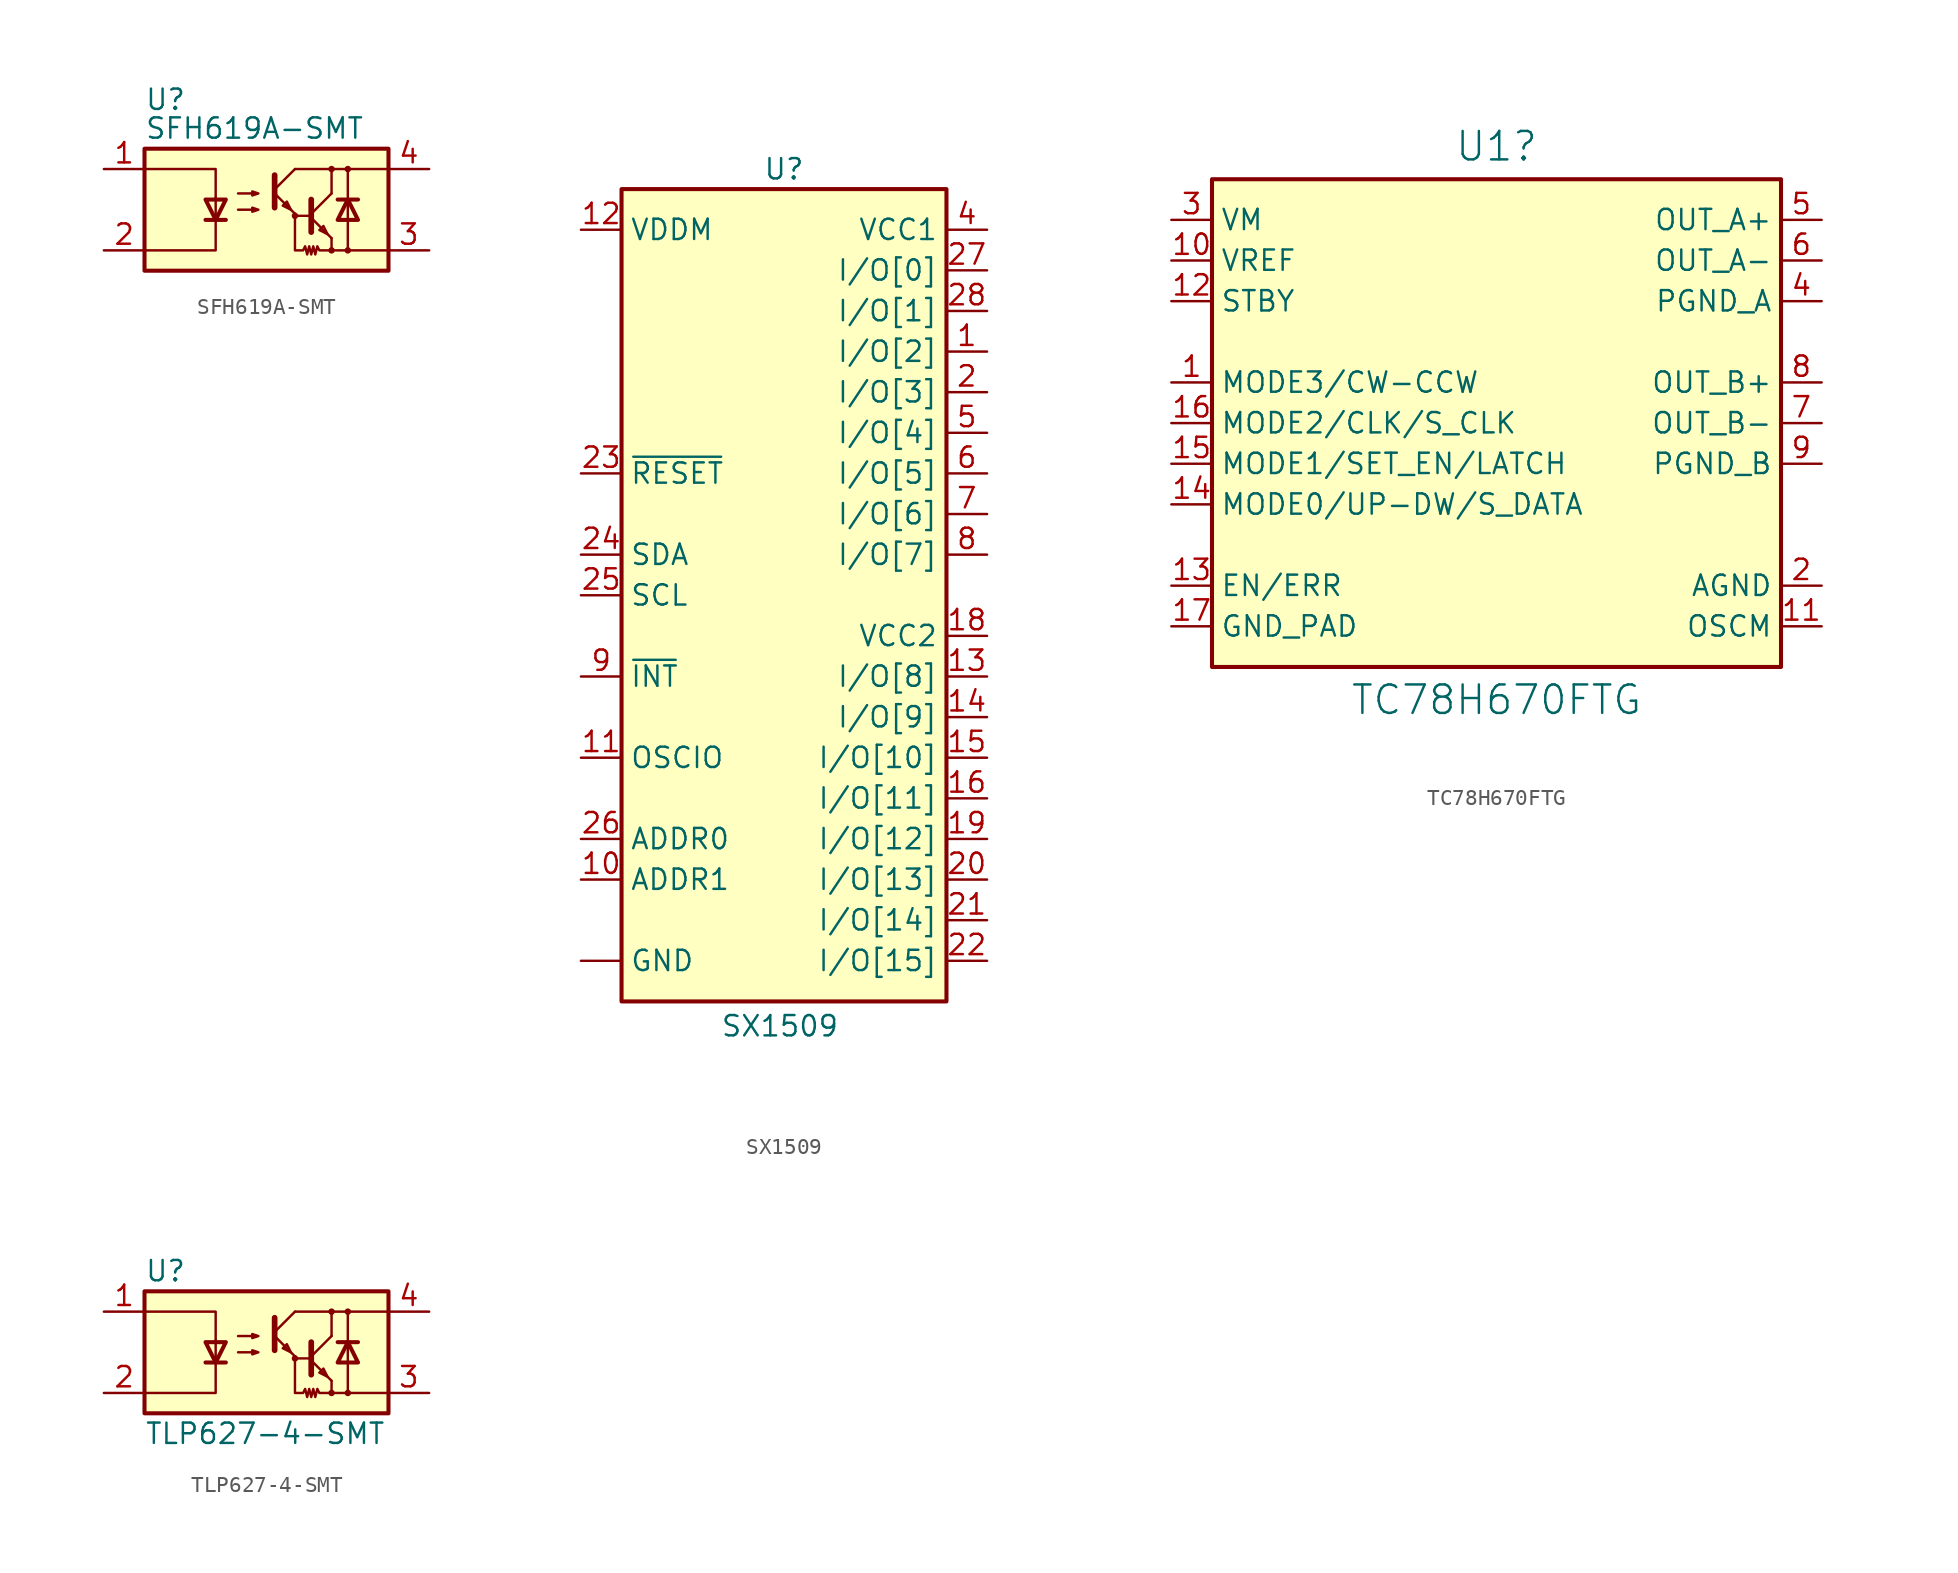
<source format=kicad_sym>
(kicad_symbol_lib
  (version 20231120)
  (generator "kicad_symbol_editor")
  (generator_version "8.0")
  (symbol "SFH619A-SMT"
    (pin_names
      (offset 1.016))
    (property "Reference" "U"
      (at -7.62 7.62 0)
      (effects (font (size 1.27 1.27)) (justify left top)))
    (property "Value" "SFH619A-SMT"
      (at -7.62 5.08 0)
      (effects (font (size 1.27 1.27)) (justify left)))
    (symbol "SFH619A-SMT_0_1"
      (rectangle (start -7.62 3.81) (end 7.62 -3.81) (stroke (width 0.254) (type default)) (fill (type background)))
      (polyline (pts (xy -3.81 -0.635) (xy -2.54 -0.635)) (stroke (width 0.254) (type default)) (fill (type none)))
      (polyline (pts (xy 0.508 1.016) (xy 1.778 -0.254)) (stroke (width 0) (type default)) (fill (type none)))
      (polyline (pts (xy 0.508 1.27) (xy 1.778 2.54)) (stroke (width 0) (type default)) (fill (type none)))
      (polyline (pts (xy 0.508 2.159) (xy 0.508 0.127)) (stroke (width 0.356) (type default)) (fill (type none)))
      (polyline (pts (xy 1.778 2.54) (xy 7.62 2.54)) (stroke (width 0) (type default)) (fill (type none)))
      (polyline (pts (xy 2.794 -0.508) (xy 4.064 -1.778)) (stroke (width 0) (type default)) (fill (type none)))
      (polyline (pts (xy 2.794 -0.381) (xy 1.778 -0.381)) (stroke (width 0) (type default)) (fill (type none)))
      (polyline (pts (xy 2.794 -0.254) (xy 4.064 1.016)) (stroke (width 0) (type default)) (fill (type none)))
      (polyline (pts (xy 4.064 -2.54) (xy 7.62 -2.54)) (stroke (width 0) (type default)) (fill (type none)))
      (polyline (pts (xy 4.064 -1.778) (xy 4.064 -2.54)) (stroke (width 0) (type default)) (fill (type none)))
      (polyline (pts (xy 4.064 1.016) (xy 4.064 2.54)) (stroke (width 0) (type default)) (fill (type none)))
      (polyline (pts (xy 4.445 0.635) (xy 5.715 0.635)) (stroke (width 0.254) (type default)) (fill (type none)))
      (polyline (pts (xy 5.08 -0.635) (xy 5.08 -2.54)) (stroke (width 0) (type default)) (fill (type none)))
      (polyline (pts (xy 5.08 -0.635) (xy 5.08 2.54)) (stroke (width 0) (type default)) (fill (type none)))
      (polyline (pts (xy -7.62 2.54) (xy -3.175 2.54) (xy -3.175 0.635)) (stroke (width 0) (type default)) (fill (type none)))
      (polyline (pts (xy -3.175 0.762) (xy -3.175 -2.54) (xy -7.62 -2.54)) (stroke (width 0) (type default)) (fill (type none)))
      (polyline (pts (xy 2.794 0.635) (xy 2.794 -1.397) (xy 2.794 -1.397)) (stroke (width 0.356) (type default)) (fill (type none)))
      (polyline (pts (xy -3.175 -0.635) (xy -3.81 0.635) (xy -2.54 0.635) (xy -3.175 -0.635)) (stroke (width 0.254) (type default)) (fill (type none)))
      (polyline (pts (xy 1.524 0) (xy 1.27 0.508) (xy 1.016 0.254) (xy 1.524 0)) (stroke (width 0) (type default)) (fill (type none)))
      (polyline (pts (xy 3.81 -1.524) (xy 3.556 -1.016) (xy 3.302 -1.27) (xy 3.81 -1.524)) (stroke (width 0) (type default)) (fill (type none)))
      (polyline (pts (xy 5.08 0.635) (xy 4.445 -0.635) (xy 5.715 -0.635) (xy 5.08 0.635)) (stroke (width 0.254) (type default)) (fill (type none)))
      (polyline (pts (xy -1.778 0) (xy -0.508 0) (xy -0.889 -0.127) (xy -0.889 0.127) (xy -0.508 0)) (stroke (width 0) (type default)) (fill (type none)))
      (polyline (pts (xy -1.778 1.016) (xy -0.508 1.016) (xy -0.889 0.889) (xy -0.889 1.143) (xy -0.508 1.016)) (stroke (width 0) (type default)) (fill (type none)))
      (polyline (pts (xy 1.778 -0.254) (xy 1.778 -2.54) (xy 2.286 -2.54) (xy 2.413 -2.286) (xy 2.54 -2.794) (xy 2.667 -2.286) (xy 2.794 -2.794) (xy 2.921 -2.286) (xy 3.048 -2.794) (xy 3.175 -2.286) (xy 3.302 -2.54) (xy 4.064 -2.54)) (stroke (width 0) (type default)) (fill (type none)))
      (circle (center 1.778 -0.381) (radius 0.127) (stroke (width 0) (type default)) (fill (type none)))
      (circle (center 4.064 -2.54) (radius 0.127) (stroke (width 0) (type default)) (fill (type none)))
      (circle (center 4.064 2.54) (radius 0.127) (stroke (width 0) (type default)) (fill (type none)))
      (circle (center 5.08 -2.54) (radius 0.127) (stroke (width 0) (type default)) (fill (type none)))
      (circle (center 5.08 2.54) (radius 0.127) (stroke (width 0) (type default)) (fill (type none))))
    (symbol "SFH619A-SMT_1_1"
      (pin passive line (at -10.16 2.54 0) (length 2.54) (name "~" (effects (font (size 1.27 1.27)))) (number "1" (effects (font (size 1.27 1.27)))))
      (pin passive line (at -10.16 -2.54 0) (length 2.54) (name "~" (effects (font (size 1.27 1.27)))) (number "2" (effects (font (size 1.27 1.27)))))
      (pin passive line (at 10.16 -2.54 180) (length 2.54) (name "~" (effects (font (size 1.27 1.27)))) (number "3" (effects (font (size 1.27 1.27)))))
      (pin passive line (at 10.16 2.54 180) (length 2.54) (name "~" (effects (font (size 1.27 1.27)))) (number "4" (effects (font (size 1.27 1.27)))))))
  (symbol "SX1509"
    (property "Reference" "U"
      (at 0 25.908 0)
      (effects (font (size 1.27 1.27)) (justify bottom)))
    (property "Value" "SX1509"
      (at -0.254 -27.686 0)
      (effects (font (size 1.27 1.27)) (justify bottom)))
    (symbol "SX1509_1_0"
      (pin bidirectional line (at 12.7 15.24 180) (length 2.54) (name "I/O[2]" (effects (font (size 1.27 1.27)))) (number "1" (effects (font (size 1.27 1.27)))))
      (pin input line (at -12.7 -17.78 0) (length 2.54) (name "ADDR1" (effects (font (size 1.27 1.27)))) (number "10" (effects (font (size 1.27 1.27)))))
      (pin bidirectional line (at -12.7 -10.16 0) (length 2.54) (name "OSCIO" (effects (font (size 1.27 1.27)))) (number "11" (effects (font (size 1.27 1.27)))))
      (pin power_in line (at -12.7 22.86 0) (length 2.54) (name "VDDM" (effects (font (size 1.27 1.27)))) (number "12" (effects (font (size 1.27 1.27)))))
      (pin bidirectional line (at 12.7 -5.08 180) (length 2.54) (name "I/O[8]" (effects (font (size 1.27 1.27)))) (number "13" (effects (font (size 1.27 1.27)))))
      (pin bidirectional line (at 12.7 -7.62 180) (length 2.54) (name "I/O[9]" (effects (font (size 1.27 1.27)))) (number "14" (effects (font (size 1.27 1.27)))))
      (pin bidirectional line (at 12.7 -10.16 180) (length 2.54) (name "I/O[10]" (effects (font (size 1.27 1.27)))) (number "15" (effects (font (size 1.27 1.27)))))
      (pin bidirectional line (at 12.7 -12.7 180) (length 2.54) (name "I/O[11]" (effects (font (size 1.27 1.27)))) (number "16" (effects (font (size 1.27 1.27)))))
      (pin power_in line (at -12.7 -22.86 0) (length 2.54) (name "GND" (effects (font (size 1.27 1.27)))) (number "17" (effects (font (size 0 0)))))
      (pin power_in line (at 12.7 -2.54 180) (length 2.54) (name "VCC2" (effects (font (size 1.27 1.27)))) (number "18" (effects (font (size 1.27 1.27)))))
      (pin bidirectional line (at 12.7 -15.24 180) (length 2.54) (name "I/O[12]" (effects (font (size 1.27 1.27)))) (number "19" (effects (font (size 1.27 1.27)))))
      (pin bidirectional line (at 12.7 12.7 180) (length 2.54) (name "I/O[3]" (effects (font (size 1.27 1.27)))) (number "2" (effects (font (size 1.27 1.27)))))
      (pin bidirectional line (at 12.7 -17.78 180) (length 2.54) (name "I/O[13]" (effects (font (size 1.27 1.27)))) (number "20" (effects (font (size 1.27 1.27)))))
      (pin bidirectional line (at 12.7 -20.32 180) (length 2.54) (name "I/O[14]" (effects (font (size 1.27 1.27)))) (number "21" (effects (font (size 1.27 1.27)))))
      (pin bidirectional line (at 12.7 -22.86 180) (length 2.54) (name "I/O[15]" (effects (font (size 1.27 1.27)))) (number "22" (effects (font (size 1.27 1.27)))))
      (pin input line (at -12.7 7.62 0) (length 2.54) (name "~{RESET}" (effects (font (size 1.27 1.27)))) (number "23" (effects (font (size 1.27 1.27)))))
      (pin bidirectional line (at -12.7 2.54 0) (length 2.54) (name "SDA" (effects (font (size 1.27 1.27)))) (number "24" (effects (font (size 1.27 1.27)))))
      (pin bidirectional line (at -12.7 0 0) (length 2.54) (name "SCL" (effects (font (size 1.27 1.27)))) (number "25" (effects (font (size 1.27 1.27)))))
      (pin input line (at -12.7 -15.24 0) (length 2.54) (name "ADDR0" (effects (font (size 1.27 1.27)))) (number "26" (effects (font (size 1.27 1.27)))))
      (pin bidirectional line (at 12.7 20.32 180) (length 2.54) (name "I/O[0]" (effects (font (size 1.27 1.27)))) (number "27" (effects (font (size 1.27 1.27)))))
      (pin bidirectional line (at 12.7 17.78 180) (length 2.54) (name "I/O[1]" (effects (font (size 1.27 1.27)))) (number "28" (effects (font (size 1.27 1.27)))))
      (pin power_in line (at -12.7 -22.86 0) (length 2.54) hide (name "GND" (effects (font (size 1.27 1.27)))) (number "29" (effects (font (size 0 0)))))
      (pin power_in line (at -12.7 -22.86 0) (length 2.54) hide (name "GND" (effects (font (size 1.27 1.27)))) (number "3" (effects (font (size 0 0)))))
      (pin power_in line (at 12.7 22.86 180) (length 2.54) (name "VCC1" (effects (font (size 1.27 1.27)))) (number "4" (effects (font (size 1.27 1.27)))))
      (pin bidirectional line (at 12.7 10.16 180) (length 2.54) (name "I/O[4]" (effects (font (size 1.27 1.27)))) (number "5" (effects (font (size 1.27 1.27)))))
      (pin bidirectional line (at 12.7 7.62 180) (length 2.54) (name "I/O[5]" (effects (font (size 1.27 1.27)))) (number "6" (effects (font (size 1.27 1.27)))))
      (pin bidirectional line (at 12.7 5.08 180) (length 2.54) (name "I/O[6]" (effects (font (size 1.27 1.27)))) (number "7" (effects (font (size 1.27 1.27)))))
      (pin bidirectional line (at 12.7 2.54 180) (length 2.54) (name "I/O[7]" (effects (font (size 1.27 1.27)))) (number "8" (effects (font (size 1.27 1.27)))))
      (pin bidirectional line (at -12.7 -5.08 0) (length 2.54) (name "~{INT}" (effects (font (size 1.27 1.27)))) (number "9" (effects (font (size 1.27 1.27))))))
    (symbol "SX1509_1_1"
      (rectangle (start -10.16 25.4) (end 10.16 -25.4) (stroke (width 0.254) (type default)) (fill (type background)))))
  (symbol "TC78H670FTG"
    (property "Reference" "U1"
      (at 0 16.256 0)
      (effects (font (size 1.778 1.778)) (justify bottom)))
    (property "Value" "TC78H670FTG"
      (at 0 -16.256 0)
      (effects (font (size 1.778 1.778)) (justify top)))
    (symbol "TC78H670FTG_1_0"
      (rectangle (start -17.78 15.24) (end 17.78 -15.24) (stroke (width 0.254) (type default)) (fill (type background)))
      (pin input line (at -20.32 2.54 0) (length 2.54) (name "MODE3/CW-CCW" (effects (font (size 1.27 1.27)))) (number "1" (effects (font (size 1.27 1.27)))))
      (pin bidirectional line (at -20.32 10.16 0) (length 2.54) (name "VREF" (effects (font (size 1.27 1.27)))) (number "10" (effects (font (size 1.27 1.27)))))
      (pin bidirectional line (at 20.32 -12.7 180) (length 2.54) (name "OSCM" (effects (font (size 1.27 1.27)))) (number "11" (effects (font (size 1.27 1.27)))))
      (pin input line (at -20.32 7.62 0) (length 2.54) (name "STBY" (effects (font (size 1.27 1.27)))) (number "12" (effects (font (size 1.27 1.27)))))
      (pin bidirectional line (at -20.32 -10.16 0) (length 2.54) (name "EN/ERR" (effects (font (size 1.27 1.27)))) (number "13" (effects (font (size 1.27 1.27)))))
      (pin input line (at -20.32 -5.08 0) (length 2.54) (name "MODE0/UP-DW/S_DATA" (effects (font (size 1.27 1.27)))) (number "14" (effects (font (size 1.27 1.27)))))
      (pin input line (at -20.32 -2.54 0) (length 2.54) (name "MODE1/SET_EN/LATCH" (effects (font (size 1.27 1.27)))) (number "15" (effects (font (size 1.27 1.27)))))
      (pin input line (at -20.32 0 0) (length 2.54) (name "MODE2/CLK/S_CLK" (effects (font (size 1.27 1.27)))) (number "16" (effects (font (size 1.27 1.27)))))
      (pin bidirectional line (at -20.32 -12.7 0) (length 2.54) (name "GND_PAD" (effects (font (size 1.27 1.27)))) (number "17" (effects (font (size 1.27 1.27)))))
      (pin bidirectional line (at 20.32 -10.16 180) (length 2.54) (name "AGND" (effects (font (size 1.27 1.27)))) (number "2" (effects (font (size 1.27 1.27)))))
      (pin power_in line (at -20.32 12.7 0) (length 2.54) (name "VM" (effects (font (size 1.27 1.27)))) (number "3" (effects (font (size 1.27 1.27)))))
      (pin bidirectional line (at 20.32 7.62 180) (length 2.54) (name "PGND_A" (effects (font (size 1.27 1.27)))) (number "4" (effects (font (size 1.27 1.27)))))
      (pin output line (at 20.32 12.7 180) (length 2.54) (name "OUT_A+" (effects (font (size 1.27 1.27)))) (number "5" (effects (font (size 1.27 1.27)))))
      (pin output line (at 20.32 10.16 180) (length 2.54) (name "OUT_A-" (effects (font (size 1.27 1.27)))) (number "6" (effects (font (size 1.27 1.27)))))
      (pin output line (at 20.32 0 180) (length 2.54) (name "OUT_B-" (effects (font (size 1.27 1.27)))) (number "7" (effects (font (size 1.27 1.27)))))
      (pin output line (at 20.32 2.54 180) (length 2.54) (name "OUT_B+" (effects (font (size 1.27 1.27)))) (number "8" (effects (font (size 1.27 1.27)))))
      (pin bidirectional line (at 20.32 -2.54 180) (length 2.54) (name "PGND_B" (effects (font (size 1.27 1.27)))) (number "9" (effects (font (size 1.27 1.27)))))))
  (symbol "TLP627-4-SMT"
    (pin_names
      (offset 1.016))
    (property "Reference" "U"
      (at -7.62 5.08 0)
      (effects (font (size 1.27 1.27)) (justify left)))
    (property "Value" "TLP627-4-SMT"
      (at -7.62 -5.08 0)
      (effects (font (size 1.27 1.27)) (justify left)))
    (symbol "TLP627-4-SMT_0_1"
      (rectangle (start -7.62 3.81) (end 7.62 -3.81) (stroke (width 0.254) (type default)) (fill (type background)))
      (polyline (pts (xy -3.81 -0.635) (xy -2.54 -0.635)) (stroke (width 0.254) (type default)) (fill (type none)))
      (polyline (pts (xy 0.508 1.016) (xy 1.778 -0.254)) (stroke (width 0) (type default)) (fill (type none)))
      (polyline (pts (xy 0.508 1.27) (xy 1.778 2.54)) (stroke (width 0) (type default)) (fill (type none)))
      (polyline (pts (xy 0.508 2.159) (xy 0.508 0.127)) (stroke (width 0.356) (type default)) (fill (type none)))
      (polyline (pts (xy 1.778 2.54) (xy 7.62 2.54)) (stroke (width 0) (type default)) (fill (type none)))
      (polyline (pts (xy 2.794 -0.508) (xy 4.064 -1.778)) (stroke (width 0) (type default)) (fill (type none)))
      (polyline (pts (xy 2.794 -0.381) (xy 1.778 -0.381)) (stroke (width 0) (type default)) (fill (type none)))
      (polyline (pts (xy 2.794 -0.254) (xy 4.064 1.016)) (stroke (width 0) (type default)) (fill (type none)))
      (polyline (pts (xy 4.064 -2.54) (xy 7.62 -2.54)) (stroke (width 0) (type default)) (fill (type none)))
      (polyline (pts (xy 4.064 -1.778) (xy 4.064 -2.54)) (stroke (width 0) (type default)) (fill (type none)))
      (polyline (pts (xy 4.064 1.016) (xy 4.064 2.54)) (stroke (width 0) (type default)) (fill (type none)))
      (polyline (pts (xy 4.445 0.635) (xy 5.715 0.635)) (stroke (width 0.254) (type default)) (fill (type none)))
      (polyline (pts (xy 5.08 -0.635) (xy 5.08 -2.54)) (stroke (width 0) (type default)) (fill (type none)))
      (polyline (pts (xy 5.08 -0.635) (xy 5.08 2.54)) (stroke (width 0) (type default)) (fill (type none)))
      (polyline (pts (xy -7.62 2.54) (xy -3.175 2.54) (xy -3.175 0.635)) (stroke (width 0) (type default)) (fill (type none)))
      (polyline (pts (xy -3.175 0.762) (xy -3.175 -2.54) (xy -7.62 -2.54)) (stroke (width 0) (type default)) (fill (type none)))
      (polyline (pts (xy 2.794 0.635) (xy 2.794 -1.397) (xy 2.794 -1.397)) (stroke (width 0.356) (type default)) (fill (type none)))
      (polyline (pts (xy -3.175 -0.635) (xy -3.81 0.635) (xy -2.54 0.635) (xy -3.175 -0.635)) (stroke (width 0.254) (type default)) (fill (type none)))
      (polyline (pts (xy 1.524 0) (xy 1.27 0.508) (xy 1.016 0.254) (xy 1.524 0)) (stroke (width 0) (type default)) (fill (type none)))
      (polyline (pts (xy 3.81 -1.524) (xy 3.556 -1.016) (xy 3.302 -1.27) (xy 3.81 -1.524)) (stroke (width 0) (type default)) (fill (type none)))
      (polyline (pts (xy 5.08 0.635) (xy 4.445 -0.635) (xy 5.715 -0.635) (xy 5.08 0.635)) (stroke (width 0.254) (type default)) (fill (type none)))
      (polyline (pts (xy -1.778 0) (xy -0.508 0) (xy -0.889 -0.127) (xy -0.889 0.127) (xy -0.508 0)) (stroke (width 0) (type default)) (fill (type none)))
      (polyline (pts (xy -1.778 1.016) (xy -0.508 1.016) (xy -0.889 0.889) (xy -0.889 1.143) (xy -0.508 1.016)) (stroke (width 0) (type default)) (fill (type none)))
      (polyline (pts (xy 1.778 -0.254) (xy 1.778 -2.54) (xy 2.286 -2.54) (xy 2.413 -2.286) (xy 2.54 -2.794) (xy 2.667 -2.286) (xy 2.794 -2.794) (xy 2.921 -2.286) (xy 3.048 -2.794) (xy 3.175 -2.286) (xy 3.302 -2.54) (xy 4.064 -2.54)) (stroke (width 0) (type default)) (fill (type none)))
      (circle (center 1.778 -0.381) (radius 0.127) (stroke (width 0) (type default)) (fill (type none)))
      (circle (center 4.064 -2.54) (radius 0.127) (stroke (width 0) (type default)) (fill (type none)))
      (circle (center 4.064 2.54) (radius 0.127) (stroke (width 0) (type default)) (fill (type none)))
      (circle (center 5.08 -2.54) (radius 0.127) (stroke (width 0) (type default)) (fill (type none)))
      (circle (center 5.08 2.54) (radius 0.127) (stroke (width 0) (type default)) (fill (type none))))
    (symbol "TLP627-4-SMT_1_1"
      (pin passive line (at -10.16 2.54 0) (length 2.54) (name "~" (effects (font (size 1.27 1.27)))) (number "1" (effects (font (size 1.27 1.27)))))
      (pin passive line (at -10.16 -2.54 0) (length 2.54) (name "~" (effects (font (size 1.27 1.27)))) (number "2" (effects (font (size 1.27 1.27)))))
      (pin passive line (at 10.16 -2.54 180) (length 2.54) (name "~" (effects (font (size 1.27 1.27)))) (number "3" (effects (font (size 1.27 1.27)))))
      (pin passive line (at 10.16 2.54 180) (length 2.54) (name "~" (effects (font (size 1.27 1.27)))) (number "4" (effects (font (size 1.27 1.27))))))))
</source>
